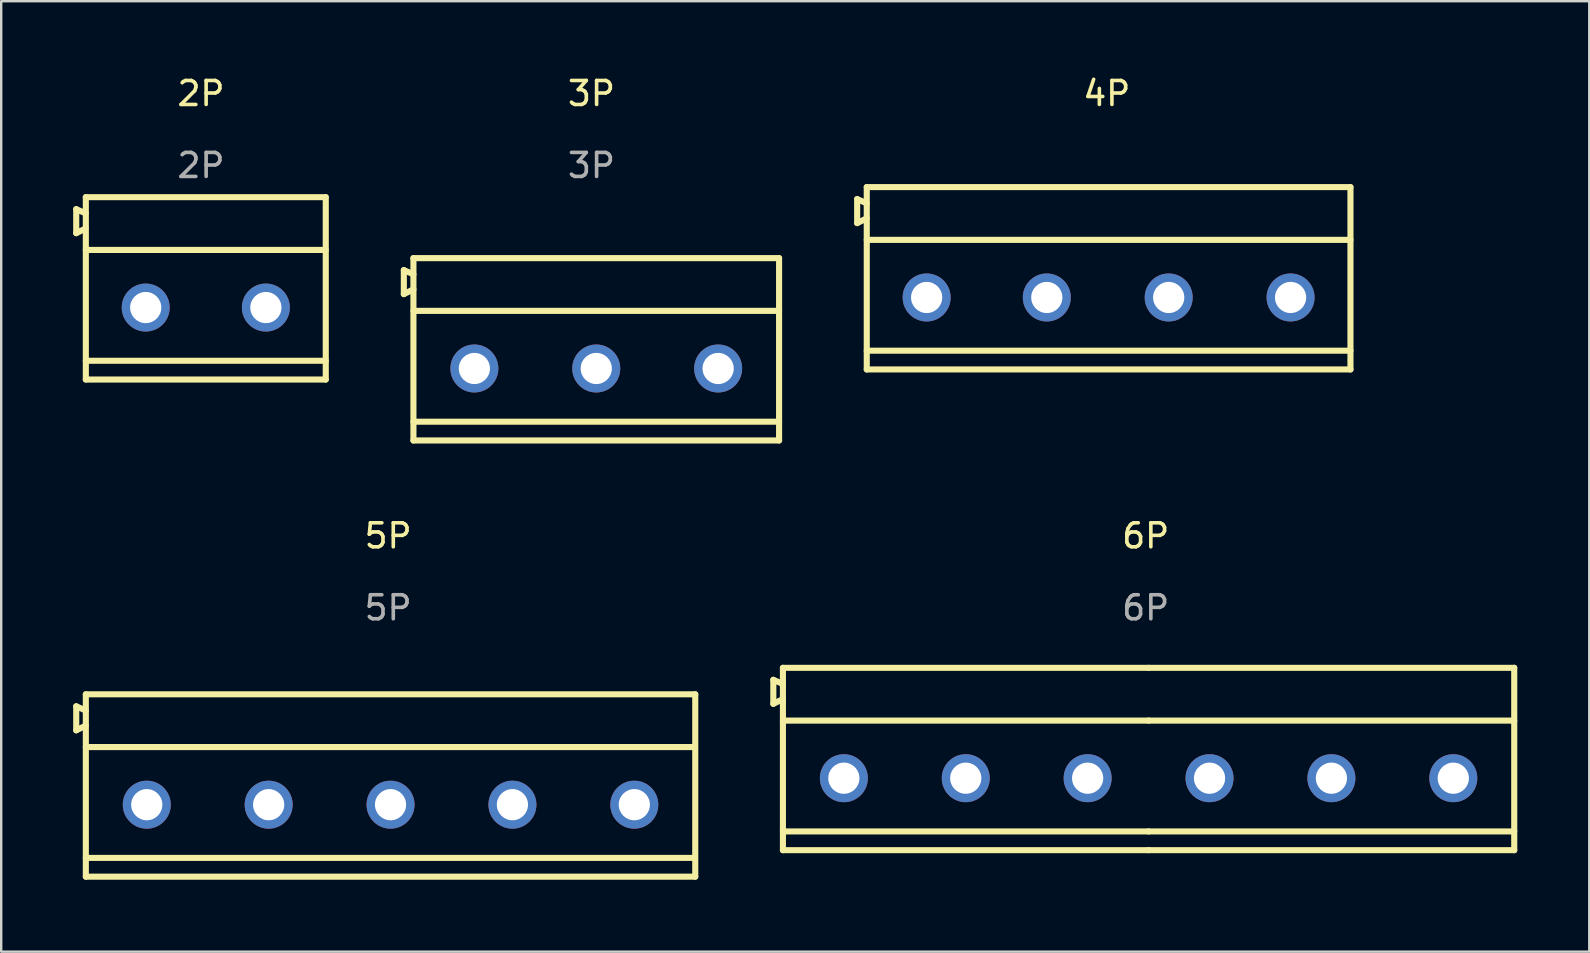
<source format=kicad_pcb>
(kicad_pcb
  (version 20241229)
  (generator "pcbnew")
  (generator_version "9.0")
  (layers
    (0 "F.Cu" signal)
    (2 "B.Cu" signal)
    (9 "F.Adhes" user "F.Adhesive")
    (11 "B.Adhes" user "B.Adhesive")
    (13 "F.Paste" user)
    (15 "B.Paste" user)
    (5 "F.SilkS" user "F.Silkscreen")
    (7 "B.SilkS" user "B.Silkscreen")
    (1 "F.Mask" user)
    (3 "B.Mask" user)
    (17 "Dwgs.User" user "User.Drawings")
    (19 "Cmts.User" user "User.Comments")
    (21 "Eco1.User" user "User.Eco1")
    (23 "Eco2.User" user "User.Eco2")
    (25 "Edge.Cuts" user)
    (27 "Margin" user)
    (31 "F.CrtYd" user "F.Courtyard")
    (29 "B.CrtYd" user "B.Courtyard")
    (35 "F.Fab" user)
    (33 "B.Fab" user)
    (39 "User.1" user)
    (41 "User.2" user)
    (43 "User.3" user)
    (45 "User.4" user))
  (footprint "4P"
    (layer "F.Cu")
    (at 43.079 1.348)
    (property "Reference" "4P" (at 0 -0.5 0) (unlocked yes) (layer "F.SilkS") (effects (font (size 1 1) (thickness 0.15))))
    (attr through_hole)
    (fp_line (start -10.404 3.9) (end -10.404 4.9) (stroke (width 0.254) (type solid)) (layer "F.SilkS"))
    (fp_line (start -10.404 4.9) (end -10.009 4.703) (stroke (width 0.254) (type solid)) (layer "F.SilkS"))
    (fp_line (start -10.009 4.074) (end -10.404 3.9) (stroke (width 0.254) (type solid)) (layer "F.SilkS"))
    (fp_line (start -10.004 3.4) (end -10.004 11) (stroke (width 0.254) (type solid)) (layer "F.SilkS"))
    (fp_line (start -10.004 3.4) (end 10.156 3.4) (stroke (width 0.254) (type solid)) (layer "F.SilkS"))
    (fp_line (start -10.004 5.599) (end 10.156 5.599) (stroke (width 0.254) (type solid)) (layer "F.SilkS"))
    (fp_line (start -10.004 10.218) (end 10.156 10.218) (stroke (width 0.254) (type solid)) (layer "F.SilkS"))
    (fp_line (start -10.004 11) (end 10.156 11) (stroke (width 0.254) (type solid)) (layer "F.SilkS"))
    (fp_line (start 10.156 3.4) (end 10.156 11) (stroke (width 0.254) (type solid)) (layer "F.SilkS"))
    (pad "1" thru_hole circle (at -7.508 8) (size 2 2) (drill 1.3) (layers "*.Cu" "*.Mask"))
    (pad "2" thru_hole circle (at -2.5 8) (size 2 2) (drill 1.3) (layers "*.Cu" "*.Mask"))
    (pad "3" thru_hole circle (at 2.58 8) (size 2 2) (drill 1.3) (layers "*.Cu" "*.Mask"))
    (pad "4" thru_hole circle (at 7.66 8) (size 2 2) (drill 1.3) (layers "*.Cu" "*.Mask")))
  (footprint "3P"
    (layer "F.Cu")
    (at 21.601 1.348)
    (property "Reference" "3P" (at 0 -0.5 0) (unlocked yes) (layer "F.SilkS") (effects (font (size 1 1) (thickness 0.15))))
    (attr through_hole)
    (fp_line (start -7.82 6.86) (end -7.82 7.86) (stroke (width 0.254) (type solid)) (layer "F.SilkS"))
    (fp_line (start -7.82 7.86) (end -7.42 7.663) (stroke (width 0.254) (type solid)) (layer "F.SilkS"))
    (fp_line (start -7.42 6.36) (end -7.42 13.96) (stroke (width 0.254) (type solid)) (layer "F.SilkS"))
    (fp_line (start -7.42 6.36) (end 7.82 6.36) (stroke (width 0.254) (type solid)) (layer "F.SilkS"))
    (fp_line (start -7.42 7.034) (end -7.82 6.86) (stroke (width 0.254) (type solid)) (layer "F.SilkS"))
    (fp_line (start -7.42 8.559) (end 7.82 8.559) (stroke (width 0.254) (type solid)) (layer "F.SilkS"))
    (fp_line (start -7.42 13.178) (end 7.82 13.178) (stroke (width 0.254) (type solid)) (layer "F.SilkS"))
    (fp_line (start -7.42 13.96) (end 7.82 13.96) (stroke (width 0.254) (type solid)) (layer "F.SilkS"))
    (fp_line (start 7.82 6.36) (end 7.82 13.96) (stroke (width 0.254) (type solid)) (layer "F.SilkS"))
    (fp_text user "${REFERENCE}" (at 0 2.5 0) (unlocked yes) (layer "F.Fab") (effects (font (size 1 1) (thickness 0.15))))
    (pad "1" thru_hole circle (at -4.88 10.96) (size 2 2) (drill 1.3) (layers "*.Cu" "*.Mask"))
    (pad "2" thru_hole circle (at 0.2 10.96) (size 2 2) (drill 1.3) (layers "*.Cu" "*.Mask"))
    (pad "3" thru_hole circle (at 5.28 10.96) (size 2 2) (drill 1.3) (layers "*.Cu" "*.Mask")))
  (footprint "2P"
    (layer "F.Cu")
    (at 5.327 1.348)
    (property "Reference" "2P" (at 0 -0.5 0) (unlocked yes) (layer "F.SilkS") (effects (font (size 1 1) (thickness 0.15))))
    (attr through_hole)
    (fp_line (start -5.2 4.32) (end -5.2 5.32) (stroke (width 0.254) (type solid)) (layer "F.SilkS"))
    (fp_line (start -5.2 5.32) (end -4.805 5.123) (stroke (width 0.254) (type solid)) (layer "F.SilkS"))
    (fp_line (start -4.805 4.494) (end -5.2 4.32) (stroke (width 0.254) (type solid)) (layer "F.SilkS"))
    (fp_line (start -4.8 3.82) (end -4.8 11.42) (stroke (width 0.254) (type solid)) (layer "F.SilkS"))
    (fp_line (start -4.8 3.82) (end 5.2 3.82) (stroke (width 0.254) (type solid)) (layer "F.SilkS"))
    (fp_line (start -4.8 6.019) (end 5.2 6.019) (stroke (width 0.254) (type solid)) (layer "F.SilkS"))
    (fp_line (start -4.8 10.638) (end 5.2 10.638) (stroke (width 0.254) (type solid)) (layer "F.SilkS"))
    (fp_line (start -4.8 11.42) (end 5.2 11.42) (stroke (width 0.254) (type solid)) (layer "F.SilkS"))
    (fp_line (start 5.2 3.82) (end 5.2 11.42) (stroke (width 0.254) (type solid)) (layer "F.SilkS"))
    (fp_text user "${REFERENCE}" (at 0 2.5 0) (unlocked yes) (layer "F.Fab") (effects (font (size 1 1) (thickness 0.15))))
    (pad "1" thru_hole circle (at -2.304 8.42) (size 2 2) (drill 1.3) (layers "*.Cu" "*.Mask"))
    (pad "2" thru_hole circle (at 2.704 8.42) (size 2 2) (drill 1.3) (layers "*.Cu" "*.Mask")))
  (footprint "6P"
    (layer "F.Cu")
    (at 44.701 19.784)
    (property "Reference" "6P" (at 0 -0.5 0) (unlocked yes) (layer "F.SilkS") (effects (font (size 1 1) (thickness 0.15))))
    (attr through_hole)
    (fp_line (start -15.52 5.5) (end -15.52 6.5) (stroke (width 0.254) (type solid)) (layer "F.SilkS"))
    (fp_line (start -15.52 6.5) (end -15.12 6.303) (stroke (width 0.254) (type solid)) (layer "F.SilkS"))
    (fp_line (start -15.12 5) (end -15.12 12.6) (stroke (width 0.254) (type solid)) (layer "F.SilkS"))
    (fp_line (start -15.12 5) (end 0.12 5) (stroke (width 0.254) (type solid)) (layer "F.SilkS"))
    (fp_line (start -15.12 5.674) (end -15.52 5.5) (stroke (width 0.254) (type solid)) (layer "F.SilkS"))
    (fp_line (start -15.12 7.199) (end 0.12 7.199) (stroke (width 0.254) (type solid)) (layer "F.SilkS"))
    (fp_line (start -15.12 11.818) (end 0.12 11.818) (stroke (width 0.254) (type solid)) (layer "F.SilkS"))
    (fp_line (start -15.12 12.6) (end 0.12 12.6) (stroke (width 0.254) (type solid)) (layer "F.SilkS"))
    (fp_line (start 0.12 5) (end 15.36 5) (stroke (width 0.254) (type solid)) (layer "F.SilkS"))
    (fp_line (start 0.12 7.199) (end 15.36 7.199) (stroke (width 0.254) (type solid)) (layer "F.SilkS"))
    (fp_line (start 0.12 11.818) (end 15.36 11.818) (stroke (width 0.254) (type solid)) (layer "F.SilkS"))
    (fp_line (start 0.12 12.6) (end 15.36 12.6) (stroke (width 0.254) (type solid)) (layer "F.SilkS"))
    (fp_line (start 15.36 5) (end 15.36 12.6) (stroke (width 0.254) (type solid)) (layer "F.SilkS"))
    (fp_text user "${REFERENCE}" (at 0 2.5 0) (unlocked yes) (layer "F.Fab") (effects (font (size 1 1) (thickness 0.15))))
    (pad "1" thru_hole circle (at -12.58 9.6) (size 2 2) (drill 1.3) (layers "*.Cu" "*.Mask"))
    (pad "2" thru_hole circle (at -7.5 9.6) (size 2 2) (drill 1.3) (layers "*.Cu" "*.Mask"))
    (pad "3" thru_hole circle (at -2.42 9.6) (size 2 2) (drill 1.3) (layers "*.Cu" "*.Mask"))
    (pad "4" thru_hole circle (at 2.66 9.6) (size 2 2) (drill 1.3) (layers "*.Cu" "*.Mask"))
    (pad "5" thru_hole circle (at 7.74 9.6) (size 2 2) (drill 1.3) (layers "*.Cu" "*.Mask"))
    (pad "6" thru_hole circle (at 12.82 9.6) (size 2 2) (drill 1.3) (layers "*.Cu" "*.Mask")))
  (footprint "5P"
    (layer "F.Cu")
    (at 13.127 19.784)
    (property "Reference" "5P" (at 0 -0.5 0) (unlocked yes) (layer "F.SilkS") (effects (font (size 1 1) (thickness 0.15))))
    (attr through_hole)
    (fp_line (start -13 6.604) (end -13 7.604) (stroke (width 0.254) (type solid)) (layer "F.SilkS"))
    (fp_line (start -13 7.604) (end -12.6 7.407) (stroke (width 0.254) (type solid)) (layer "F.SilkS"))
    (fp_line (start -12.6 6.104) (end -12.6 13.704) (stroke (width 0.254) (type solid)) (layer "F.SilkS"))
    (fp_line (start -12.6 6.104) (end 12.8 6.104) (stroke (width 0.254) (type solid)) (layer "F.SilkS"))
    (fp_line (start -12.6 6.778) (end -13 6.604) (stroke (width 0.254) (type solid)) (layer "F.SilkS"))
    (fp_line (start -12.6 8.303) (end 12.756 8.303) (stroke (width 0.254) (type solid)) (layer "F.SilkS"))
    (fp_line (start -12.6 12.922) (end 12.756 12.922) (stroke (width 0.254) (type solid)) (layer "F.SilkS"))
    (fp_line (start -12.6 13.704) (end 12.8 13.704) (stroke (width 0.254) (type solid)) (layer "F.SilkS"))
    (fp_line (start 12.8 6.104) (end 12.8 13.704) (stroke (width 0.254) (type solid)) (layer "F.SilkS"))
    (fp_text user "${REFERENCE}" (at 0 2.5 0) (unlocked yes) (layer "F.Fab") (effects (font (size 1 1) (thickness 0.15))))
    (pad "1" thru_hole circle (at -10.06 10.704) (size 2 2) (drill 1.3) (layers "*.Cu" "*.Mask"))
    (pad "2" thru_hole circle (at -4.98 10.704) (size 2 2) (drill 1.3) (layers "*.Cu" "*.Mask"))
    (pad "3" thru_hole circle (at 0.1 10.704) (size 2 2) (drill 1.3) (layers "*.Cu" "*.Mask"))
    (pad "4" thru_hole circle (at 5.18 10.704) (size 2 2) (drill 1.3) (layers "*.Cu" "*.Mask"))
    (pad "5" thru_hole circle (at 10.26 10.704) (size 2 2) (drill 1.3) (layers "*.Cu" "*.Mask")))
  (gr_rect
    (start -3 -3)
    (end 63.188 36.614)
    (stroke (width 0.1) (type default))
    (fill no)
    (layer "Edge.Cuts")))
</source>
